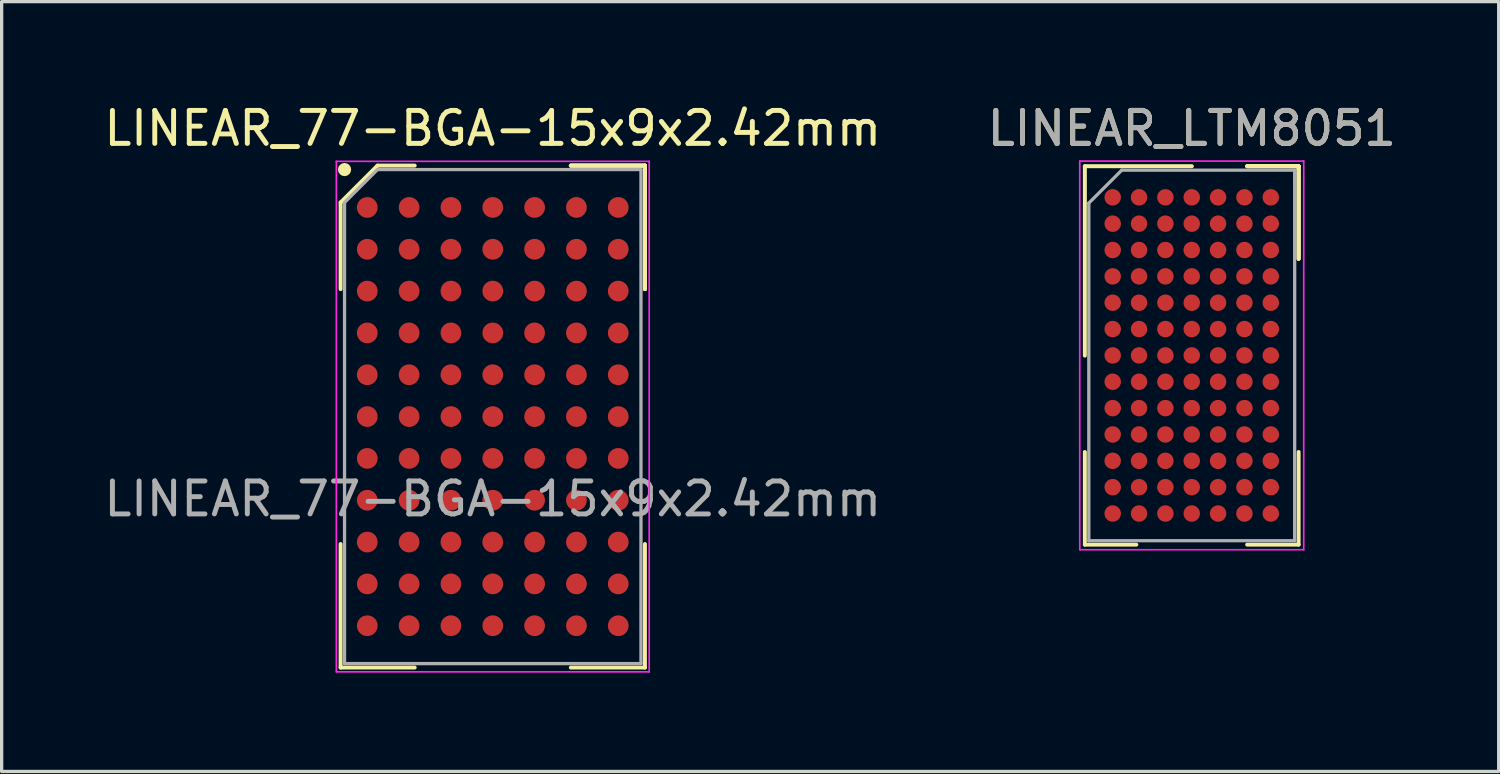
<source format=kicad_pcb>
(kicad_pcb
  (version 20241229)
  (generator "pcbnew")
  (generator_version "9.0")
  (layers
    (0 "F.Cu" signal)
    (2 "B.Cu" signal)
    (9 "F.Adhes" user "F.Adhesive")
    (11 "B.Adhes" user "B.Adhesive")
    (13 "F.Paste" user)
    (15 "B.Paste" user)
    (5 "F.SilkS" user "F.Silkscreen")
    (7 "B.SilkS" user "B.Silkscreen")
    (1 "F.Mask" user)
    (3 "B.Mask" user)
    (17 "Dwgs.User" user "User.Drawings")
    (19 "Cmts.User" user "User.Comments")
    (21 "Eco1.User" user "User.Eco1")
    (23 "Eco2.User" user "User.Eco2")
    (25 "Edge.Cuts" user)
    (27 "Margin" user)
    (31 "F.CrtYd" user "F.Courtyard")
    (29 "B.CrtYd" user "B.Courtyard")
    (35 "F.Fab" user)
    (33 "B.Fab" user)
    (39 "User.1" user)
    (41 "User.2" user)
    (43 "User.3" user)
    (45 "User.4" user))
  (footprint "LINEAR_77-BGA-15x9x2.42mm"
    (layer "F.Cu")
    (at 11.911 9.598)
    (property "Reference" "LINEAR_77-BGA-15x9x2.42mm" (at 0 -8.75 0) (unlocked yes) (layer "F.SilkS") (effects (font (size 1 1) (thickness 0.15))))
    (attr smd)
    (fp_line (start -4.62 -6.5) (end -4.62 -3.87) (stroke (width 0.12) (type default)) (layer "F.SilkS"))
    (fp_line (start -4.62 7.62) (end -4.62 3.87) (stroke (width 0.12) (type default)) (layer "F.SilkS"))
    (fp_line (start -3.5 -7.62) (end -4.62 -6.5) (stroke (width 0.12) (type default)) (layer "F.SilkS"))
    (fp_line (start -2.37 -7.62) (end -3.5 -7.62) (stroke (width 0.12) (type default)) (layer "F.SilkS"))
    (fp_line (start -2.37 7.62) (end -4.62 7.62) (stroke (width 0.12) (type default)) (layer "F.SilkS"))
    (fp_line (start 2.37 -7.62) (end 4.62 -7.62) (stroke (width 0.12) (type default)) (layer "F.SilkS"))
    (fp_line (start 2.37 -7.62) (end 4.62 -7.62) (stroke (width 0.12) (type default)) (layer "F.SilkS"))
    (fp_line (start 2.37 -7.62) (end 4.62 -7.62) (stroke (width 0.12) (type default)) (layer "F.SilkS"))
    (fp_line (start 2.37 7.62) (end 4.62 7.62) (stroke (width 0.12) (type default)) (layer "F.SilkS"))
    (fp_line (start 4.62 -7.62) (end 4.62 -3.87) (stroke (width 0.12) (type default)) (layer "F.SilkS"))
    (fp_line (start 4.62 -7.62) (end 4.62 -3.87) (stroke (width 0.12) (type default)) (layer "F.SilkS"))
    (fp_line (start 4.62 -7.62) (end 4.62 -3.87) (stroke (width 0.12) (type default)) (layer "F.SilkS"))
    (fp_line (start 4.62 7.62) (end 4.62 3.87) (stroke (width 0.12) (type default)) (layer "F.SilkS"))
    (fp_circle (center -4.5 -7.5) (end -4.5 -7.4) (stroke (width 0.2) (type default)) (fill no) (layer "F.SilkS"))
    (fp_line (start -4.75 -7.75) (end 4.75 -7.75) (stroke (width 0.05) (type default)) (layer "F.CrtYd"))
    (fp_line (start -4.75 7.75) (end -4.75 -7.75) (stroke (width 0.05) (type default)) (layer "F.CrtYd"))
    (fp_line (start 4.75 -7.75) (end 4.75 7.75) (stroke (width 0.05) (type default)) (layer "F.CrtYd"))
    (fp_line (start 4.75 7.75) (end -4.75 7.75) (stroke (width 0.05) (type default)) (layer "F.CrtYd"))
    (fp_line (start -4.5 -6.5) (end -4.5 7.5) (stroke (width 0.1) (type default)) (layer "F.Fab"))
    (fp_line (start -4.5 7.5) (end 4.5 7.5) (stroke (width 0.1) (type default)) (layer "F.Fab"))
    (fp_line (start -3.5 -7.5) (end -4.5 -6.5) (stroke (width 0.1) (type default)) (layer "F.Fab"))
    (fp_line (start 4.5 -7.5) (end -3.5 -7.5) (stroke (width 0.1) (type default)) (layer "F.Fab"))
    (fp_line (start 4.5 7.5) (end 4.5 -7.5) (stroke (width 0.1) (type default)) (layer "F.Fab"))
    (fp_text user "${REFERENCE}" (at 0 2.5 0) (unlocked yes) (layer "F.Fab") (effects (font (size 1 1) (thickness 0.15))))
    (pad "A1" smd circle (at -3.81 -6.35) (size 0.63 0.63) (layers "F.Cu" "F.Mask" "F.Paste"))
    (pad "A2" smd circle (at -2.54 -6.35) (size 0.63 0.63) (layers "F.Cu" "F.Mask" "F.Paste"))
    (pad "A3" smd circle (at -1.27 -6.35) (size 0.63 0.63) (layers "F.Cu" "F.Mask" "F.Paste"))
    (pad "A4" smd circle (at 0 -6.35) (size 0.63 0.63) (layers "F.Cu" "F.Mask" "F.Paste"))
    (pad "A5" smd circle (at 1.27 -6.35) (size 0.63 0.63) (layers "F.Cu" "F.Mask" "F.Paste"))
    (pad "A6" smd circle (at 2.54 -6.35) (size 0.63 0.63) (layers "F.Cu" "F.Mask" "F.Paste"))
    (pad "A7" smd circle (at 3.81 -6.35) (size 0.63 0.63) (layers "F.Cu" "F.Mask" "F.Paste"))
    (pad "B1" smd circle (at -3.81 -5.08) (size 0.63 0.63) (layers "F.Cu" "F.Mask" "F.Paste"))
    (pad "B2" smd circle (at -2.54 -5.08) (size 0.63 0.63) (layers "F.Cu" "F.Mask" "F.Paste"))
    (pad "B3" smd circle (at -1.27 -5.08) (size 0.63 0.63) (layers "F.Cu" "F.Mask" "F.Paste"))
    (pad "B4" smd circle (at 0 -5.08) (size 0.63 0.63) (layers "F.Cu" "F.Mask" "F.Paste"))
    (pad "B5" smd circle (at 1.27 -5.08) (size 0.63 0.63) (layers "F.Cu" "F.Mask" "F.Paste"))
    (pad "B6" smd circle (at 2.54 -5.08) (size 0.63 0.63) (layers "F.Cu" "F.Mask" "F.Paste"))
    (pad "B7" smd circle (at 3.81 -5.08) (size 0.63 0.63) (layers "F.Cu" "F.Mask" "F.Paste"))
    (pad "C1" smd circle (at -3.81 -3.81) (size 0.63 0.63) (layers "F.Cu" "F.Mask" "F.Paste"))
    (pad "C2" smd circle (at -2.54 -3.81) (size 0.63 0.63) (layers "F.Cu" "F.Mask" "F.Paste"))
    (pad "C3" smd circle (at -1.27 -3.81) (size 0.63 0.63) (layers "F.Cu" "F.Mask" "F.Paste"))
    (pad "C4" smd circle (at 0 -3.81) (size 0.63 0.63) (layers "F.Cu" "F.Mask" "F.Paste"))
    (pad "C5" smd circle (at 1.27 -3.81) (size 0.63 0.63) (layers "F.Cu" "F.Mask" "F.Paste"))
    (pad "C6" smd circle (at 2.54 -3.81) (size 0.63 0.63) (layers "F.Cu" "F.Mask" "F.Paste"))
    (pad "C7" smd circle (at 3.81 -3.81) (size 0.63 0.63) (layers "F.Cu" "F.Mask" "F.Paste"))
    (pad "D1" smd circle (at -3.81 -2.54) (size 0.63 0.63) (layers "F.Cu" "F.Mask" "F.Paste"))
    (pad "D2" smd circle (at -2.54 -2.54) (size 0.63 0.63) (layers "F.Cu" "F.Mask" "F.Paste"))
    (pad "D3" smd circle (at -1.27 -2.54) (size 0.63 0.63) (layers "F.Cu" "F.Mask" "F.Paste"))
    (pad "D4" smd circle (at 0 -2.54) (size 0.63 0.63) (layers "F.Cu" "F.Mask" "F.Paste"))
    (pad "D5" smd circle (at 1.27 -2.54) (size 0.63 0.63) (layers "F.Cu" "F.Mask" "F.Paste"))
    (pad "D6" smd circle (at 2.54 -2.54) (size 0.63 0.63) (layers "F.Cu" "F.Mask" "F.Paste"))
    (pad "D7" smd circle (at 3.81 -2.54) (size 0.63 0.63) (layers "F.Cu" "F.Mask" "F.Paste"))
    (pad "E1" smd circle (at -3.81 -1.27) (size 0.63 0.63) (layers "F.Cu" "F.Mask" "F.Paste"))
    (pad "E2" smd circle (at -2.54 -1.27) (size 0.63 0.63) (layers "F.Cu" "F.Mask" "F.Paste"))
    (pad "E3" smd circle (at -1.27 -1.27) (size 0.63 0.63) (layers "F.Cu" "F.Mask" "F.Paste"))
    (pad "E4" smd circle (at 0 -1.27) (size 0.63 0.63) (layers "F.Cu" "F.Mask" "F.Paste"))
    (pad "E5" smd circle (at 1.27 -1.27) (size 0.63 0.63) (layers "F.Cu" "F.Mask" "F.Paste"))
    (pad "E6" smd circle (at 2.54 -1.27) (size 0.63 0.63) (layers "F.Cu" "F.Mask" "F.Paste"))
    (pad "E7" smd circle (at 3.81 -1.27) (size 0.63 0.63) (layers "F.Cu" "F.Mask" "F.Paste"))
    (pad "F1" smd circle (at -3.81 0) (size 0.63 0.63) (layers "F.Cu" "F.Mask" "F.Paste"))
    (pad "F2" smd circle (at -2.54 0) (size 0.63 0.63) (layers "F.Cu" "F.Mask" "F.Paste"))
    (pad "F3" smd circle (at -1.27 0) (size 0.63 0.63) (layers "F.Cu" "F.Mask" "F.Paste"))
    (pad "F4" smd circle (at 0 0) (size 0.63 0.63) (layers "F.Cu" "F.Mask" "F.Paste"))
    (pad "F5" smd circle (at 1.27 0) (size 0.63 0.63) (layers "F.Cu" "F.Mask" "F.Paste"))
    (pad "F6" smd circle (at 2.54 0) (size 0.63 0.63) (layers "F.Cu" "F.Mask" "F.Paste"))
    (pad "F7" smd circle (at 3.81 0) (size 0.63 0.63) (layers "F.Cu" "F.Mask" "F.Paste"))
    (pad "G1" smd circle (at -3.81 1.27) (size 0.63 0.63) (layers "F.Cu" "F.Mask" "F.Paste"))
    (pad "G2" smd circle (at -2.54 1.27) (size 0.63 0.63) (layers "F.Cu" "F.Mask" "F.Paste"))
    (pad "G3" smd circle (at -1.27 1.27) (size 0.63 0.63) (layers "F.Cu" "F.Mask" "F.Paste"))
    (pad "G4" smd circle (at 0 1.27) (size 0.63 0.63) (layers "F.Cu" "F.Mask" "F.Paste"))
    (pad "G5" smd circle (at 1.27 1.27) (size 0.63 0.63) (layers "F.Cu" "F.Mask" "F.Paste"))
    (pad "G6" smd circle (at 2.54 1.27) (size 0.63 0.63) (layers "F.Cu" "F.Mask" "F.Paste"))
    (pad "G7" smd circle (at 3.81 1.27) (size 0.63 0.63) (layers "F.Cu" "F.Mask" "F.Paste"))
    (pad "H1" smd circle (at -3.81 2.54) (size 0.63 0.63) (layers "F.Cu" "F.Mask" "F.Paste"))
    (pad "H2" smd circle (at -2.54 2.54) (size 0.63 0.63) (layers "F.Cu" "F.Mask" "F.Paste"))
    (pad "H3" smd circle (at -1.27 2.54) (size 0.63 0.63) (layers "F.Cu" "F.Mask" "F.Paste"))
    (pad "H4" smd circle (at 0 2.54) (size 0.63 0.63) (layers "F.Cu" "F.Mask" "F.Paste"))
    (pad "H5" smd circle (at 1.27 2.54) (size 0.63 0.63) (layers "F.Cu" "F.Mask" "F.Paste"))
    (pad "H6" smd circle (at 2.54 2.54) (size 0.63 0.63) (layers "F.Cu" "F.Mask" "F.Paste"))
    (pad "H7" smd circle (at 3.81 2.54) (size 0.63 0.63) (layers "F.Cu" "F.Mask" "F.Paste"))
    (pad "J1" smd circle (at -3.81 3.81) (size 0.63 0.63) (layers "F.Cu" "F.Mask" "F.Paste"))
    (pad "J2" smd circle (at -2.54 3.81) (size 0.63 0.63) (layers "F.Cu" "F.Mask" "F.Paste"))
    (pad "J3" smd circle (at -1.27 3.81) (size 0.63 0.63) (layers "F.Cu" "F.Mask" "F.Paste"))
    (pad "J4" smd circle (at 0 3.81) (size 0.63 0.63) (layers "F.Cu" "F.Mask" "F.Paste"))
    (pad "J5" smd circle (at 1.27 3.81) (size 0.63 0.63) (layers "F.Cu" "F.Mask" "F.Paste"))
    (pad "J6" smd circle (at 2.54 3.81) (size 0.63 0.63) (layers "F.Cu" "F.Mask" "F.Paste"))
    (pad "J7" smd circle (at 3.81 3.81) (size 0.63 0.63) (layers "F.Cu" "F.Mask" "F.Paste"))
    (pad "K1" smd circle (at -3.81 5.08) (size 0.63 0.63) (layers "F.Cu" "F.Mask" "F.Paste"))
    (pad "K2" smd circle (at -2.54 5.08) (size 0.63 0.63) (layers "F.Cu" "F.Mask" "F.Paste"))
    (pad "K3" smd circle (at -1.27 5.08) (size 0.63 0.63) (layers "F.Cu" "F.Mask" "F.Paste"))
    (pad "K4" smd circle (at 0 5.08) (size 0.63 0.63) (layers "F.Cu" "F.Mask" "F.Paste"))
    (pad "K5" smd circle (at 1.27 5.08) (size 0.63 0.63) (layers "F.Cu" "F.Mask" "F.Paste"))
    (pad "K6" smd circle (at 2.54 5.08) (size 0.63 0.63) (layers "F.Cu" "F.Mask" "F.Paste"))
    (pad "K7" smd circle (at 3.81 5.08) (size 0.63 0.63) (layers "F.Cu" "F.Mask" "F.Paste"))
    (pad "L1" smd circle (at -3.81 6.35) (size 0.63 0.63) (layers "F.Cu" "F.Mask" "F.Paste"))
    (pad "L2" smd circle (at -2.54 6.35) (size 0.63 0.63) (layers "F.Cu" "F.Mask" "F.Paste"))
    (pad "L3" smd circle (at -1.27 6.35) (size 0.63 0.63) (layers "F.Cu" "F.Mask" "F.Paste"))
    (pad "L4" smd circle (at 0 6.35) (size 0.63 0.63) (layers "F.Cu" "F.Mask" "F.Paste"))
    (pad "L5" smd circle (at 1.27 6.35) (size 0.63 0.63) (layers "F.Cu" "F.Mask" "F.Paste"))
    (pad "L6" smd circle (at 2.54 6.35) (size 0.63 0.63) (layers "F.Cu" "F.Mask" "F.Paste"))
    (pad "L7" smd circle (at 3.81 6.35) (size 0.63 0.63) (layers "F.Cu" "F.Mask" "F.Paste")))
  (footprint "LINEAR_LTM8051"
    (layer "F.Cu")
    (at 33.137 7.748)
    (property "Reference" "LINEAR_LTM8051" (at 0 -6.9 0) (unlocked yes) (layer "F.SilkS") (effects (font (size 1 1) (thickness 0.15))))
    (attr smd)
    (fp_line (start -3.249 -5.752) (end -3.249 0) (stroke (width 0.12) (type solid)) (layer "F.SilkS"))
    (fp_line (start -3.249 5.738) (end -3.249 2.925) (stroke (width 0.12) (type solid)) (layer "F.SilkS"))
    (fp_line (start -1.686 5.738) (end -3.249 5.738) (stroke (width 0.12) (type solid)) (layer "F.SilkS"))
    (fp_line (start 0 -5.752) (end -3.249 -5.752) (stroke (width 0.12) (type solid)) (layer "F.SilkS"))
    (fp_line (start 1.679 -5.752) (end 3.241 -5.752) (stroke (width 0.12) (type solid)) (layer "F.SilkS"))
    (fp_line (start 1.679 -5.752) (end 3.241 -5.752) (stroke (width 0.12) (type solid)) (layer "F.SilkS"))
    (fp_line (start 1.679 -5.752) (end 3.241 -5.752) (stroke (width 0.12) (type solid)) (layer "F.SilkS"))
    (fp_line (start 1.679 5.738) (end 3.241 5.738) (stroke (width 0.12) (type solid)) (layer "F.SilkS"))
    (fp_line (start 3.241 -5.752) (end 3.241 -2.94) (stroke (width 0.12) (type solid)) (layer "F.SilkS"))
    (fp_line (start 3.241 -5.752) (end 3.241 -2.94) (stroke (width 0.12) (type solid)) (layer "F.SilkS"))
    (fp_line (start 3.241 -5.752) (end 3.241 -2.94) (stroke (width 0.12) (type solid)) (layer "F.SilkS"))
    (fp_line (start 3.241 5.738) (end 3.241 2.925) (stroke (width 0.12) (type solid)) (layer "F.SilkS"))
    (fp_line (start -3.404 -5.907) (end 3.396 -5.907) (stroke (width 0.05) (type solid)) (layer "F.CrtYd"))
    (fp_line (start -3.404 5.893) (end -3.404 -5.907) (stroke (width 0.05) (type solid)) (layer "F.CrtYd"))
    (fp_line (start 3.396 -5.907) (end 3.396 5.893) (stroke (width 0.05) (type solid)) (layer "F.CrtYd"))
    (fp_line (start 3.396 5.893) (end -3.404 5.893) (stroke (width 0.05) (type solid)) (layer "F.CrtYd"))
    (fp_line (start -3.129 -4.632) (end -3.129 5.618) (stroke (width 0.1) (type solid)) (layer "F.Fab"))
    (fp_line (start -3.129 5.618) (end 3.121 5.618) (stroke (width 0.1) (type solid)) (layer "F.Fab"))
    (fp_line (start -2.129 -5.632) (end -3.129 -4.632) (stroke (width 0.1) (type solid)) (layer "F.Fab"))
    (fp_line (start 3.121 -5.632) (end -2.129 -5.632) (stroke (width 0.1) (type solid)) (layer "F.Fab"))
    (fp_line (start 3.121 5.618) (end 3.121 -5.632) (stroke (width 0.1) (type solid)) (layer "F.Fab"))
    (fp_text user "${REFERENCE}" (at 0 -6.9 0) (unlocked yes) (layer "F.Fab") (effects (font (size 1 1) (thickness 0.15))))
    (pad "A1" smd circle (at -2.404 -4.807) (size 0.5 0.5) (layers "F.Cu" "F.Mask" "F.Paste"))
    (pad "A2" smd circle (at -1.604 -4.807) (size 0.5 0.5) (layers "F.Cu" "F.Mask" "F.Paste"))
    (pad "A3" smd circle (at -0.804 -4.807) (size 0.5 0.5) (layers "F.Cu" "F.Mask" "F.Paste"))
    (pad "A4" smd circle (at -0.004 -4.807) (size 0.5 0.5) (layers "F.Cu" "F.Mask" "F.Paste"))
    (pad "A5" smd circle (at 0.796 -4.807) (size 0.5 0.5) (layers "F.Cu" "F.Mask" "F.Paste"))
    (pad "A6" smd circle (at 1.596 -4.807) (size 0.5 0.5) (layers "F.Cu" "F.Mask" "F.Paste"))
    (pad "A7" smd circle (at 2.396 -4.807) (size 0.5 0.5) (layers "F.Cu" "F.Mask" "F.Paste"))
    (pad "B1" smd circle (at -2.404 -4.007) (size 0.5 0.5) (layers "F.Cu" "F.Mask" "F.Paste"))
    (pad "B2" smd circle (at -1.604 -4.007) (size 0.5 0.5) (layers "F.Cu" "F.Mask" "F.Paste"))
    (pad "B3" smd circle (at -0.804 -4.007) (size 0.5 0.5) (layers "F.Cu" "F.Mask" "F.Paste"))
    (pad "B4" smd circle (at -0.004 -4.007) (size 0.5 0.5) (layers "F.Cu" "F.Mask" "F.Paste"))
    (pad "B5" smd circle (at 0.796 -4.007) (size 0.5 0.5) (layers "F.Cu" "F.Mask" "F.Paste"))
    (pad "B6" smd circle (at 1.596 -4.007) (size 0.5 0.5) (layers "F.Cu" "F.Mask" "F.Paste"))
    (pad "B7" smd circle (at 2.396 -4.007) (size 0.5 0.5) (layers "F.Cu" "F.Mask" "F.Paste"))
    (pad "C1" smd circle (at -2.404 -3.207) (size 0.5 0.5) (layers "F.Cu" "F.Mask" "F.Paste"))
    (pad "C2" smd circle (at -1.604 -3.207) (size 0.5 0.5) (layers "F.Cu" "F.Mask" "F.Paste"))
    (pad "C3" smd circle (at -0.804 -3.207) (size 0.5 0.5) (layers "F.Cu" "F.Mask" "F.Paste"))
    (pad "C4" smd circle (at -0.004 -3.207) (size 0.5 0.5) (layers "F.Cu" "F.Mask" "F.Paste"))
    (pad "C5" smd circle (at 0.796 -3.207) (size 0.5 0.5) (layers "F.Cu" "F.Mask" "F.Paste"))
    (pad "C6" smd circle (at 1.596 -3.207) (size 0.5 0.5) (layers "F.Cu" "F.Mask" "F.Paste"))
    (pad "C7" smd circle (at 2.396 -3.207) (size 0.5 0.5) (layers "F.Cu" "F.Mask" "F.Paste"))
    (pad "D1" smd circle (at -2.404 -2.407) (size 0.5 0.5) (layers "F.Cu" "F.Mask" "F.Paste"))
    (pad "D2" smd circle (at -1.604 -2.407) (size 0.5 0.5) (layers "F.Cu" "F.Mask" "F.Paste"))
    (pad "D3" smd circle (at -0.804 -2.407) (size 0.5 0.5) (layers "F.Cu" "F.Mask" "F.Paste"))
    (pad "D4" smd circle (at -0.004 -2.407) (size 0.5 0.5) (layers "F.Cu" "F.Mask" "F.Paste"))
    (pad "D5" smd circle (at 0.796 -2.407) (size 0.5 0.5) (layers "F.Cu" "F.Mask" "F.Paste"))
    (pad "D6" smd circle (at 1.596 -2.407) (size 0.5 0.5) (layers "F.Cu" "F.Mask" "F.Paste"))
    (pad "D7" smd circle (at 2.396 -2.407) (size 0.5 0.5) (layers "F.Cu" "F.Mask" "F.Paste"))
    (pad "E1" smd circle (at -2.404 -1.607) (size 0.5 0.5) (layers "F.Cu" "F.Mask" "F.Paste"))
    (pad "E2" smd circle (at -1.604 -1.607) (size 0.5 0.5) (layers "F.Cu" "F.Mask" "F.Paste"))
    (pad "E3" smd circle (at -0.804 -1.607) (size 0.5 0.5) (layers "F.Cu" "F.Mask" "F.Paste"))
    (pad "E4" smd circle (at -0.004 -1.607) (size 0.5 0.5) (layers "F.Cu" "F.Mask" "F.Paste"))
    (pad "E5" smd circle (at 0.796 -1.607) (size 0.5 0.5) (layers "F.Cu" "F.Mask" "F.Paste"))
    (pad "E6" smd circle (at 1.596 -1.607) (size 0.5 0.5) (layers "F.Cu" "F.Mask" "F.Paste"))
    (pad "E7" smd circle (at 2.396 -1.607) (size 0.5 0.5) (layers "F.Cu" "F.Mask" "F.Paste"))
    (pad "F1" smd circle (at -2.404 -0.807) (size 0.5 0.5) (layers "F.Cu" "F.Mask" "F.Paste"))
    (pad "F2" smd circle (at -1.604 -0.807) (size 0.5 0.5) (layers "F.Cu" "F.Mask" "F.Paste"))
    (pad "F3" smd circle (at -0.804 -0.807) (size 0.5 0.5) (layers "F.Cu" "F.Mask" "F.Paste"))
    (pad "F4" smd circle (at -0.004 -0.807) (size 0.5 0.5) (layers "F.Cu" "F.Mask" "F.Paste"))
    (pad "F5" smd circle (at 0.796 -0.807) (size 0.5 0.5) (layers "F.Cu" "F.Mask" "F.Paste"))
    (pad "F6" smd circle (at 1.596 -0.807) (size 0.5 0.5) (layers "F.Cu" "F.Mask" "F.Paste"))
    (pad "F7" smd circle (at 2.396 -0.807) (size 0.5 0.5) (layers "F.Cu" "F.Mask" "F.Paste"))
    (pad "G1" smd circle (at -2.404 -0.007) (size 0.5 0.5) (layers "F.Cu" "F.Mask" "F.Paste"))
    (pad "G2" smd circle (at -1.604 -0.007) (size 0.5 0.5) (layers "F.Cu" "F.Mask" "F.Paste"))
    (pad "G3" smd circle (at -0.804 -0.007) (size 0.5 0.5) (layers "F.Cu" "F.Mask" "F.Paste"))
    (pad "G4" smd circle (at -0.004 -0.007) (size 0.5 0.5) (layers "F.Cu" "F.Mask" "F.Paste"))
    (pad "G5" smd circle (at 0.796 -0.007) (size 0.5 0.5) (layers "F.Cu" "F.Mask" "F.Paste"))
    (pad "G6" smd circle (at 1.596 -0.007) (size 0.5 0.5) (layers "F.Cu" "F.Mask" "F.Paste"))
    (pad "G7" smd circle (at 2.396 -0.007) (size 0.5 0.5) (layers "F.Cu" "F.Mask" "F.Paste"))
    (pad "H1" smd circle (at -2.404 0.793) (size 0.5 0.5) (layers "F.Cu" "F.Mask" "F.Paste"))
    (pad "H2" smd circle (at -1.604 0.793) (size 0.5 0.5) (layers "F.Cu" "F.Mask" "F.Paste"))
    (pad "H3" smd circle (at -0.804 0.793) (size 0.5 0.5) (layers "F.Cu" "F.Mask" "F.Paste"))
    (pad "H4" smd circle (at -0.004 0.793) (size 0.5 0.5) (layers "F.Cu" "F.Mask" "F.Paste"))
    (pad "H5" smd circle (at 0.796 0.793) (size 0.5 0.5) (layers "F.Cu" "F.Mask" "F.Paste"))
    (pad "H6" smd circle (at 1.596 0.793) (size 0.5 0.5) (layers "F.Cu" "F.Mask" "F.Paste"))
    (pad "H7" smd circle (at 2.396 0.793) (size 0.5 0.5) (layers "F.Cu" "F.Mask" "F.Paste"))
    (pad "J1" smd circle (at -2.404 1.593) (size 0.5 0.5) (layers "F.Cu" "F.Mask" "F.Paste"))
    (pad "J2" smd circle (at -1.604 1.593) (size 0.5 0.5) (layers "F.Cu" "F.Mask" "F.Paste"))
    (pad "J3" smd circle (at -0.804 1.593) (size 0.5 0.5) (layers "F.Cu" "F.Mask" "F.Paste"))
    (pad "J4" smd circle (at -0.004 1.593) (size 0.5 0.5) (layers "F.Cu" "F.Mask" "F.Paste"))
    (pad "J5" smd circle (at 0.796 1.593) (size 0.5 0.5) (layers "F.Cu" "F.Mask" "F.Paste"))
    (pad "J6" smd circle (at 1.596 1.593) (size 0.5 0.5) (layers "F.Cu" "F.Mask" "F.Paste"))
    (pad "J7" smd circle (at 2.396 1.593) (size 0.5 0.5) (layers "F.Cu" "F.Mask" "F.Paste"))
    (pad "K1" smd circle (at -2.404 2.393) (size 0.5 0.5) (layers "F.Cu" "F.Mask" "F.Paste"))
    (pad "K2" smd circle (at -1.604 2.393) (size 0.5 0.5) (layers "F.Cu" "F.Mask" "F.Paste"))
    (pad "K3" smd circle (at -0.804 2.393) (size 0.5 0.5) (layers "F.Cu" "F.Mask" "F.Paste"))
    (pad "K4" smd circle (at -0.004 2.393) (size 0.5 0.5) (layers "F.Cu" "F.Mask" "F.Paste"))
    (pad "K5" smd circle (at 0.796 2.393) (size 0.5 0.5) (layers "F.Cu" "F.Mask" "F.Paste"))
    (pad "K6" smd circle (at 1.596 2.393) (size 0.5 0.5) (layers "F.Cu" "F.Mask" "F.Paste"))
    (pad "K7" smd circle (at 2.396 2.393) (size 0.5 0.5) (layers "F.Cu" "F.Mask" "F.Paste"))
    (pad "L1" smd circle (at -2.404 3.193) (size 0.5 0.5) (layers "F.Cu" "F.Mask" "F.Paste"))
    (pad "L2" smd circle (at -1.604 3.193) (size 0.5 0.5) (layers "F.Cu" "F.Mask" "F.Paste"))
    (pad "L3" smd circle (at -0.804 3.193) (size 0.5 0.5) (layers "F.Cu" "F.Mask" "F.Paste"))
    (pad "L4" smd circle (at -0.004 3.193) (size 0.5 0.5) (layers "F.Cu" "F.Mask" "F.Paste"))
    (pad "L5" smd circle (at 0.796 3.193) (size 0.5 0.5) (layers "F.Cu" "F.Mask" "F.Paste"))
    (pad "L6" smd circle (at 1.596 3.193) (size 0.5 0.5) (layers "F.Cu" "F.Mask" "F.Paste"))
    (pad "L7" smd circle (at 2.396 3.193) (size 0.5 0.5) (layers "F.Cu" "F.Mask" "F.Paste"))
    (pad "M1" smd circle (at -2.404 3.993) (size 0.5 0.5) (layers "F.Cu" "F.Mask" "F.Paste"))
    (pad "M2" smd circle (at -1.604 3.993) (size 0.5 0.5) (layers "F.Cu" "F.Mask" "F.Paste"))
    (pad "M3" smd circle (at -0.804 3.993) (size 0.5 0.5) (layers "F.Cu" "F.Mask" "F.Paste"))
    (pad "M4" smd circle (at -0.004 3.993) (size 0.5 0.5) (layers "F.Cu" "F.Mask" "F.Paste"))
    (pad "M5" smd circle (at 0.796 3.993) (size 0.5 0.5) (layers "F.Cu" "F.Mask" "F.Paste"))
    (pad "M6" smd circle (at 1.596 3.993) (size 0.5 0.5) (layers "F.Cu" "F.Mask" "F.Paste"))
    (pad "M7" smd circle (at 2.396 3.993) (size 0.5 0.5) (layers "F.Cu" "F.Mask" "F.Paste"))
    (pad "N1" smd circle (at -2.404 4.793) (size 0.5 0.5) (layers "F.Cu" "F.Mask" "F.Paste"))
    (pad "N2" smd circle (at -1.604 4.793) (size 0.5 0.5) (layers "F.Cu" "F.Mask" "F.Paste"))
    (pad "N3" smd circle (at -0.804 4.793) (size 0.5 0.5) (layers "F.Cu" "F.Mask" "F.Paste"))
    (pad "N4" smd circle (at -0.004 4.793) (size 0.5 0.5) (layers "F.Cu" "F.Mask" "F.Paste"))
    (pad "N5" smd circle (at 0.796 4.793) (size 0.5 0.5) (layers "F.Cu" "F.Mask" "F.Paste"))
    (pad "N6" smd circle (at 1.596 4.793) (size 0.5 0.5) (layers "F.Cu" "F.Mask" "F.Paste"))
    (pad "N7" smd circle (at 2.396 4.793) (size 0.5 0.5) (layers "F.Cu" "F.Mask" "F.Paste")))
  (gr_rect
    (start -3 -3)
    (end 42.452 20.373)
    (stroke (width 0.1) (type default))
    (fill no)
    (layer "Edge.Cuts")))
</source>
